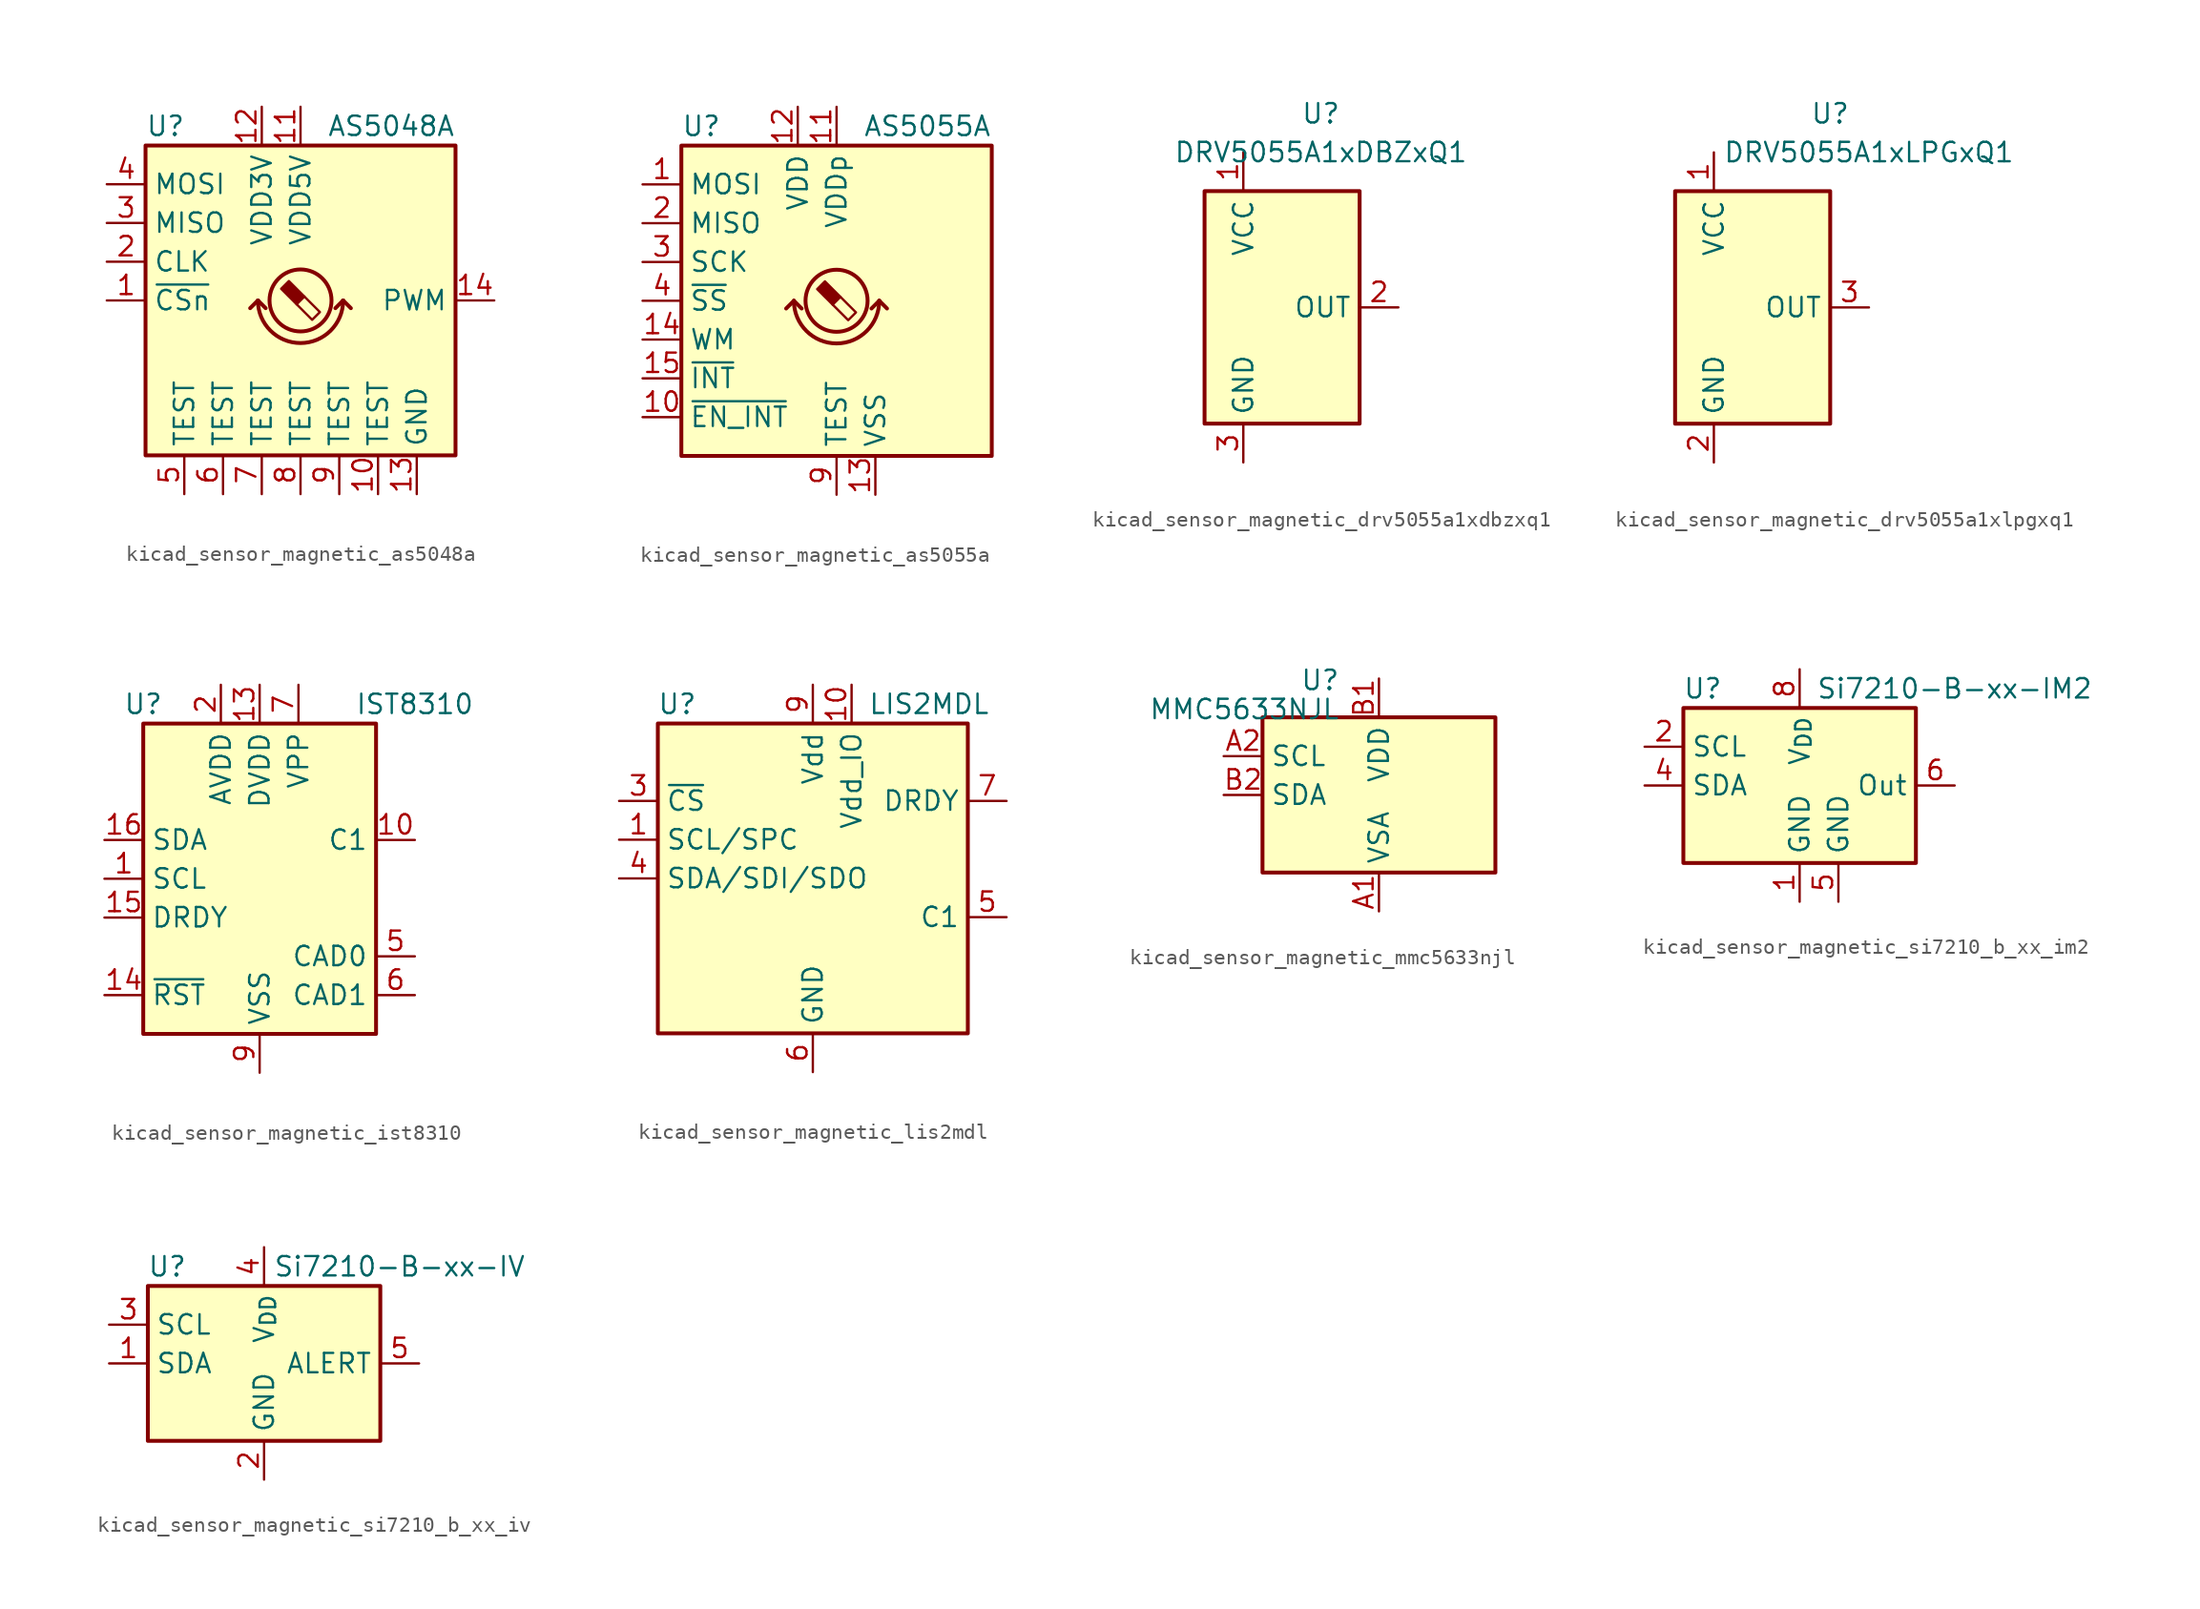
<source format=kicad_sym>
(kicad_symbol_lib
  (version 20220914)
  (generator kicad_symbol_editor)
  (symbol "kicad_sensor_magnetic_as5048a"
    (property "Reference" "U"
      (at -10.16 11.43 0)
      (effects (font (size 1.27 1.27)) (justify left)))
    (property "Value" "AS5048A"
      (at 10.16 11.43 0)
      (effects (font (size 1.27 1.27)) (justify right)))
    (symbol "kicad_sensor_magnetic_as5048a_0_1"
      (rectangle (start -10.16 10.16) (end 10.16 -10.16) (stroke (width 0.254) (type default)) (fill (type background)))
      (arc (start -2.794 0) (mid 0 -2.7819) (end 2.794 0) (stroke (width 0.254) (type default)) (fill (type none)))
      (polyline (pts (xy -2.794 0) (xy -3.302 -0.508)) (stroke (width 0.254) (type default)) (fill (type none)))
      (polyline (pts (xy -2.794 0) (xy -2.286 -0.508)) (stroke (width 0.254) (type default)) (fill (type none)))
      (polyline (pts (xy 2.794 0) (xy 2.286 -0.508)) (stroke (width 0.254) (type default)) (fill (type none)))
      (polyline (pts (xy 2.794 0) (xy 3.302 -0.508)) (stroke (width 0.254) (type default)) (fill (type none))))
    (symbol "kicad_sensor_magnetic_as5048a_1_1"
      (polyline (pts (xy 0.254 0.254) (xy 1.27 -0.762) (xy 0.762 -1.27) (xy -0.254 -0.254)) (stroke (width 0) (type default)) (fill (type none)))
      (polyline (pts (xy -0.762 1.27) (xy 0.254 0.254) (xy -0.254 -0.254) (xy -1.27 0.762) (xy -1.016 1.016) (xy -0.762 1.27) (xy -0.635 1.143)) (stroke (width 0) (type default)) (fill (type outline)))
      (circle (center 0 0) (radius 2.032) (stroke (width 0.254) (type default)) (fill (type none)))
      (pin input line (at -12.7 0 0) (length 2.54) (name "~{CSn}" (effects (font (size 1.27 1.27)))) (number "1" (effects (font (size 1.27 1.27)))))
      (pin passive line (at 5.08 -12.7 90) (length 2.54) (name "TEST" (effects (font (size 1.27 1.27)))) (number "10" (effects (font (size 1.27 1.27)))))
      (pin power_in line (at 0 12.7 270) (length 2.54) (name "VDD5V" (effects (font (size 1.27 1.27)))) (number "11" (effects (font (size 1.27 1.27)))))
      (pin power_in line (at -2.54 12.7 270) (length 2.54) (name "VDD3V" (effects (font (size 1.27 1.27)))) (number "12" (effects (font (size 1.27 1.27)))))
      (pin power_in line (at 7.62 -12.7 90) (length 2.54) (name "GND" (effects (font (size 1.27 1.27)))) (number "13" (effects (font (size 1.27 1.27)))))
      (pin output line (at 12.7 0 180) (length 2.54) (name "PWM" (effects (font (size 1.27 1.27)))) (number "14" (effects (font (size 1.27 1.27)))))
      (pin input line (at -12.7 2.54 0) (length 2.54) (name "CLK" (effects (font (size 1.27 1.27)))) (number "2" (effects (font (size 1.27 1.27)))))
      (pin output line (at -12.7 5.08 0) (length 2.54) (name "MISO" (effects (font (size 1.27 1.27)))) (number "3" (effects (font (size 1.27 1.27)))))
      (pin input line (at -12.7 7.62 0) (length 2.54) (name "MOSI" (effects (font (size 1.27 1.27)))) (number "4" (effects (font (size 1.27 1.27)))))
      (pin passive line (at -7.62 -12.7 90) (length 2.54) (name "TEST" (effects (font (size 1.27 1.27)))) (number "5" (effects (font (size 1.27 1.27)))))
      (pin passive line (at -5.08 -12.7 90) (length 2.54) (name "TEST" (effects (font (size 1.27 1.27)))) (number "6" (effects (font (size 1.27 1.27)))))
      (pin passive line (at -2.54 -12.7 90) (length 2.54) (name "TEST" (effects (font (size 1.27 1.27)))) (number "7" (effects (font (size 1.27 1.27)))))
      (pin passive line (at 0 -12.7 90) (length 2.54) (name "TEST" (effects (font (size 1.27 1.27)))) (number "8" (effects (font (size 1.27 1.27)))))
      (pin passive line (at 2.54 -12.7 90) (length 2.54) (name "TEST" (effects (font (size 1.27 1.27)))) (number "9" (effects (font (size 1.27 1.27)))))))
  (symbol "kicad_sensor_magnetic_as5055a"
    (property "Reference" "U"
      (at -10.16 11.43 0)
      (effects (font (size 1.27 1.27)) (justify left)))
    (property "Value" "AS5055A"
      (at 10.16 11.43 0)
      (effects (font (size 1.27 1.27)) (justify right)))
    (symbol "kicad_sensor_magnetic_as5055a_0_1"
      (rectangle (start -10.16 10.16) (end 10.16 -10.16) (stroke (width 0.254) (type default)) (fill (type background)))
      (arc (start -2.794 0) (mid 0 -2.7819) (end 2.794 0) (stroke (width 0.254) (type default)) (fill (type none)))
      (polyline (pts (xy -2.794 0) (xy -3.302 -0.508)) (stroke (width 0.254) (type default)) (fill (type none)))
      (polyline (pts (xy -2.794 0) (xy -2.286 -0.508)) (stroke (width 0.254) (type default)) (fill (type none)))
      (polyline (pts (xy 2.794 0) (xy 2.286 -0.508)) (stroke (width 0.254) (type default)) (fill (type none)))
      (polyline (pts (xy 2.794 0) (xy 3.302 -0.508)) (stroke (width 0.254) (type default)) (fill (type none))))
    (symbol "kicad_sensor_magnetic_as5055a_1_1"
      (polyline (pts (xy 0.254 0.254) (xy 1.27 -0.762) (xy 0.762 -1.27) (xy -0.254 -0.254)) (stroke (width 0) (type default)) (fill (type none)))
      (polyline (pts (xy -0.762 1.27) (xy 0.254 0.254) (xy -0.254 -0.254) (xy -1.27 0.762) (xy -1.016 1.016) (xy -0.762 1.27) (xy -0.635 1.143)) (stroke (width 0) (type default)) (fill (type outline)))
      (circle (center 0 0) (radius 2.032) (stroke (width 0.254) (type default)) (fill (type none)))
      (pin input line (at -12.7 7.62 0) (length 2.54) (name "MOSI" (effects (font (size 1.27 1.27)))) (number "1" (effects (font (size 1.27 1.27)))))
      (pin input line (at -12.7 -7.62 0) (length 2.54) (name "~{EN_INT}" (effects (font (size 1.27 1.27)))) (number "10" (effects (font (size 1.27 1.27)))))
      (pin power_in line (at 0 12.7 270) (length 2.54) (name "VDDp" (effects (font (size 1.27 1.27)))) (number "11" (effects (font (size 1.27 1.27)))))
      (pin power_in line (at -2.54 12.7 270) (length 2.54) (name "VDD" (effects (font (size 1.27 1.27)))) (number "12" (effects (font (size 1.27 1.27)))))
      (pin power_in line (at 2.54 -12.7 90) (length 2.54) (name "VSS" (effects (font (size 1.27 1.27)))) (number "13" (effects (font (size 1.27 1.27)))))
      (pin input line (at -12.7 -2.54 0) (length 2.54) (name "WM" (effects (font (size 1.27 1.27)))) (number "14" (effects (font (size 1.27 1.27)))))
      (pin output line (at -12.7 -5.08 0) (length 2.54) (name "~{INT}" (effects (font (size 1.27 1.27)))) (number "15" (effects (font (size 1.27 1.27)))))
      (pin no_connect line (at 5.08 -10.16 90) (length 2.54) hide (name "NC" (effects (font (size 1.27 1.27)))) (number "16" (effects (font (size 1.27 1.27)))))
      (pin no_connect line (at 7.62 -10.16 90) (length 2.54) hide (name "NC" (effects (font (size 1.27 1.27)))) (number "17" (effects (font (size 1.27 1.27)))))
      (pin output line (at -12.7 5.08 0) (length 2.54) (name "MISO" (effects (font (size 1.27 1.27)))) (number "2" (effects (font (size 1.27 1.27)))))
      (pin input line (at -12.7 2.54 0) (length 2.54) (name "SCK" (effects (font (size 1.27 1.27)))) (number "3" (effects (font (size 1.27 1.27)))))
      (pin input line (at -12.7 0 0) (length 2.54) (name "~{SS}" (effects (font (size 1.27 1.27)))) (number "4" (effects (font (size 1.27 1.27)))))
      (pin no_connect line (at 10.16 7.62 180) (length 2.54) hide (name "NC" (effects (font (size 1.27 1.27)))) (number "5" (effects (font (size 1.27 1.27)))))
      (pin no_connect line (at 10.16 5.08 180) (length 2.54) hide (name "NC" (effects (font (size 1.27 1.27)))) (number "6" (effects (font (size 1.27 1.27)))))
      (pin no_connect line (at 10.16 2.54 180) (length 2.54) hide (name "NC" (effects (font (size 1.27 1.27)))) (number "7" (effects (font (size 1.27 1.27)))))
      (pin no_connect line (at 10.16 0 180) (length 2.54) hide (name "NC" (effects (font (size 1.27 1.27)))) (number "8" (effects (font (size 1.27 1.27)))))
      (pin passive line (at 0 -12.7 90) (length 2.54) (name "TEST" (effects (font (size 1.27 1.27)))) (number "9" (effects (font (size 1.27 1.27)))))))
  (symbol "kicad_sensor_magnetic_drv5055a1xdbzxq1"
    (property "Reference" "U"
      (at 2.54 12.7 0)
      (effects (font (size 1.27 1.27))))
    (property "Value" "DRV5055A1xDBZxQ1"
      (at 2.54 10.16 0)
      (effects (font (size 1.27 1.27))))
    (symbol "kicad_sensor_magnetic_drv5055a1xdbzxq1_1_1"
      (rectangle (start -5.08 7.62) (end 5.08 -7.62) (stroke (width 0.254) (type default)) (fill (type background)))
      (pin power_in line (at -2.54 10.16 270) (length 2.54) (name "VCC" (effects (font (size 1.27 1.27)))) (number "1" (effects (font (size 1.27 1.27)))))
      (pin output line (at 7.62 0 180) (length 2.54) (name "OUT" (effects (font (size 1.27 1.27)))) (number "2" (effects (font (size 1.27 1.27)))))
      (pin power_in line (at -2.54 -10.16 90) (length 2.54) (name "GND" (effects (font (size 1.27 1.27)))) (number "3" (effects (font (size 1.27 1.27)))))))
  (symbol "kicad_sensor_magnetic_drv5055a1xlpgxq1"
    (property "Reference" "U"
      (at 5.08 12.7 0)
      (effects (font (size 1.27 1.27))))
    (property "Value" "DRV5055A1xLPGxQ1"
      (at 7.62 10.16 0)
      (effects (font (size 1.27 1.27))))
    (symbol "kicad_sensor_magnetic_drv5055a1xlpgxq1_1_1"
      (rectangle (start -5.08 7.62) (end 5.08 -7.62) (stroke (width 0.254) (type default)) (fill (type background)))
      (pin power_in line (at -2.54 10.16 270) (length 2.54) (name "VCC" (effects (font (size 1.27 1.27)))) (number "1" (effects (font (size 1.27 1.27)))))
      (pin power_in line (at -2.54 -10.16 90) (length 2.54) (name "GND" (effects (font (size 1.27 1.27)))) (number "2" (effects (font (size 1.27 1.27)))))
      (pin output line (at 7.62 0 180) (length 2.54) (name "OUT" (effects (font (size 1.27 1.27)))) (number "3" (effects (font (size 1.27 1.27)))))))
  (symbol "kicad_sensor_magnetic_ist8310"
    (property "Reference" "U"
      (at -7.62 11.43 0)
      (effects (font (size 1.27 1.27))))
    (property "Value" "IST8310"
      (at 10.16 11.43 0)
      (effects (font (size 1.27 1.27))))
    (symbol "kicad_sensor_magnetic_ist8310_0_1"
      (rectangle (start -7.62 10.16) (end 7.62 -10.16) (stroke (width 0.254) (type default)) (fill (type background))))
    (symbol "kicad_sensor_magnetic_ist8310_1_1"
      (pin input line (at -10.16 0 0) (length 2.54) (name "SCL" (effects (font (size 1.27 1.27)))) (number "1" (effects (font (size 1.27 1.27)))))
      (pin passive line (at 10.16 2.54 180) (length 2.54) (name "C1" (effects (font (size 1.27 1.27)))) (number "10" (effects (font (size 1.27 1.27)))))
      (pin passive line (at 0 -12.7 90) (length 2.54) hide (name "VSS" (effects (font (size 1.27 1.27)))) (number "11" (effects (font (size 1.27 1.27)))))
      (pin no_connect line (at 7.62 7.62 180) (length 2.54) hide (name "NC" (effects (font (size 1.27 1.27)))) (number "12" (effects (font (size 1.27 1.27)))))
      (pin power_in line (at 0 12.7 270) (length 2.54) (name "DVDD" (effects (font (size 1.27 1.27)))) (number "13" (effects (font (size 1.27 1.27)))))
      (pin input line (at -10.16 -7.62 0) (length 2.54) (name "~{RST}" (effects (font (size 1.27 1.27)))) (number "14" (effects (font (size 1.27 1.27)))))
      (pin output line (at -10.16 -2.54 0) (length 2.54) (name "DRDY" (effects (font (size 1.27 1.27)))) (number "15" (effects (font (size 1.27 1.27)))))
      (pin bidirectional line (at -10.16 2.54 0) (length 2.54) (name "SDA" (effects (font (size 1.27 1.27)))) (number "16" (effects (font (size 1.27 1.27)))))
      (pin power_in line (at -2.54 12.7 270) (length 2.54) (name "AVDD" (effects (font (size 1.27 1.27)))) (number "2" (effects (font (size 1.27 1.27)))))
      (pin no_connect line (at -7.62 7.62 0) (length 2.54) hide (name "NC" (effects (font (size 1.27 1.27)))) (number "3" (effects (font (size 1.27 1.27)))))
      (pin no_connect line (at -7.62 5.08 0) (length 2.54) hide (name "NC" (effects (font (size 1.27 1.27)))) (number "4" (effects (font (size 1.27 1.27)))))
      (pin input line (at 10.16 -5.08 180) (length 2.54) (name "CAD0" (effects (font (size 1.27 1.27)))) (number "5" (effects (font (size 1.27 1.27)))))
      (pin input line (at 10.16 -7.62 180) (length 2.54) (name "CAD1" (effects (font (size 1.27 1.27)))) (number "6" (effects (font (size 1.27 1.27)))))
      (pin passive line (at 2.54 12.7 270) (length 2.54) (name "VPP" (effects (font (size 1.27 1.27)))) (number "7" (effects (font (size 1.27 1.27)))))
      (pin no_connect line (at 7.62 5.08 180) (length 2.54) hide (name "NC" (effects (font (size 1.27 1.27)))) (number "8" (effects (font (size 1.27 1.27)))))
      (pin power_in line (at 0 -12.7 90) (length 2.54) (name "VSS" (effects (font (size 1.27 1.27)))) (number "9" (effects (font (size 1.27 1.27)))))))
  (symbol "kicad_sensor_magnetic_lis2mdl"
    (property "Reference" "U"
      (at -8.89 11.43 0)
      (effects (font (size 1.27 1.27))))
    (property "Value" "LIS2MDL"
      (at 7.62 11.43 0)
      (effects (font (size 1.27 1.27))))
    (symbol "kicad_sensor_magnetic_lis2mdl_0_1"
      (rectangle (start -10.16 10.16) (end 10.16 -10.16) (stroke (width 0.254) (type default)) (fill (type background))))
    (symbol "kicad_sensor_magnetic_lis2mdl_1_1"
      (pin input line (at -12.7 2.54 0) (length 2.54) (name "SCL/SPC" (effects (font (size 1.27 1.27)))) (number "1" (effects (font (size 1.27 1.27)))))
      (pin power_in line (at 2.54 12.7 270) (length 2.54) (name "Vdd_IO" (effects (font (size 1.27 1.27)))) (number "10" (effects (font (size 1.27 1.27)))))
      (pin no_connect line (at -10.16 -7.62 0) (length 2.54) hide (name "NC" (effects (font (size 1.27 1.27)))) (number "11" (effects (font (size 1.27 1.27)))))
      (pin no_connect line (at 10.16 -7.62 180) (length 2.54) hide (name "NC" (effects (font (size 1.27 1.27)))) (number "12" (effects (font (size 1.27 1.27)))))
      (pin no_connect line (at -10.16 -5.08 0) (length 2.54) hide (name "NC" (effects (font (size 1.27 1.27)))) (number "2" (effects (font (size 1.27 1.27)))))
      (pin input line (at -12.7 5.08 0) (length 2.54) (name "~{CS}" (effects (font (size 1.27 1.27)))) (number "3" (effects (font (size 1.27 1.27)))))
      (pin bidirectional line (at -12.7 0 0) (length 2.54) (name "SDA/SDI/SDO" (effects (font (size 1.27 1.27)))) (number "4" (effects (font (size 1.27 1.27)))))
      (pin power_out line (at 12.7 -2.54 180) (length 2.54) (name "C1" (effects (font (size 1.27 1.27)))) (number "5" (effects (font (size 1.27 1.27)))))
      (pin power_in line (at 0 -12.7 90) (length 2.54) (name "GND" (effects (font (size 1.27 1.27)))) (number "6" (effects (font (size 1.27 1.27)))))
      (pin output line (at 12.7 5.08 180) (length 2.54) (name "DRDY" (effects (font (size 1.27 1.27)))) (number "7" (effects (font (size 1.27 1.27)))) (alternate "INT" output line) (alternate "SDO" output line))
      (pin passive line (at 0 -12.7 90) (length 2.54) hide (name "GND" (effects (font (size 1.27 1.27)))) (number "8" (effects (font (size 1.27 1.27)))))
      (pin power_in line (at 0 12.7 270) (length 2.54) (name "Vdd" (effects (font (size 1.27 1.27)))) (number "9" (effects (font (size 1.27 1.27)))))))
  (symbol "kicad_sensor_magnetic_mmc5633njl"
    (property "Reference" "U"
      (at -2.54 8.255 0)
      (effects (font (size 1.27 1.27)) (justify right top)))
    (property "Value" "MMC5633NJL"
      (at -2.54 6.35 0)
      (effects (font (size 1.27 1.27)) (justify right top)))
    (symbol "kicad_sensor_magnetic_mmc5633njl_0_1"
      (rectangle (start -7.62 -5.08) (end 7.62 5.08) (stroke (width 0.254) (type default)) (fill (type background))))
    (symbol "kicad_sensor_magnetic_mmc5633njl_1_1"
      (pin power_in line (at 0 -7.62 90) (length 2.54) (name "VSA" (effects (font (size 1.27 1.27)))) (number "A1" (effects (font (size 1.27 1.27)))))
      (pin input line (at -10.16 2.54 0) (length 2.54) (name "SCL" (effects (font (size 1.27 1.27)))) (number "A2" (effects (font (size 1.27 1.27)))))
      (pin power_in line (at 0 7.62 270) (length 2.54) (name "VDD" (effects (font (size 1.27 1.27)))) (number "B1" (effects (font (size 1.27 1.27)))))
      (pin bidirectional line (at -10.16 0 0) (length 2.54) (name "SDA" (effects (font (size 1.27 1.27)))) (number "B2" (effects (font (size 1.27 1.27)))))))
  (symbol "kicad_sensor_magnetic_si7210_b_xx_im2"
    (property "Reference" "U"
      (at -6.35 6.35 0)
      (effects (font (size 1.27 1.27))))
    (property "Value" "Si7210-B-xx-IM2"
      (at 10.16 6.35 0)
      (effects (font (size 1.27 1.27))))
    (symbol "kicad_sensor_magnetic_si7210_b_xx_im2_0_1"
      (rectangle (start -7.62 5.08) (end 7.62 -5.08) (stroke (width 0.254) (type default)) (fill (type background))))
    (symbol "kicad_sensor_magnetic_si7210_b_xx_im2_1_1"
      (pin power_in line (at 0 -7.62 90) (length 2.54) (name "GND" (effects (font (size 1.27 1.27)))) (number "1" (effects (font (size 1.27 1.27)))))
      (pin input line (at -10.16 2.54 0) (length 2.54) (name "SCL" (effects (font (size 1.27 1.27)))) (number "2" (effects (font (size 1.27 1.27)))))
      (pin bidirectional line (at -10.16 0 0) (length 2.54) (name "SDA" (effects (font (size 1.27 1.27)))) (number "4" (effects (font (size 1.27 1.27)))))
      (pin power_in line (at 2.54 -7.62 90) (length 2.54) (name "GND" (effects (font (size 1.27 1.27)))) (number "5" (effects (font (size 1.27 1.27)))))
      (pin bidirectional line (at 10.16 0 180) (length 2.54) (name "Out" (effects (font (size 1.27 1.27)))) (number "6" (effects (font (size 1.27 1.27)))))
      (pin power_in line (at 0 7.62 270) (length 2.54) (name "V_{DD}" (effects (font (size 1.27 1.27)))) (number "8" (effects (font (size 1.27 1.27)))))))
  (symbol "kicad_sensor_magnetic_si7210_b_xx_iv"
    (property "Reference" "U"
      (at -6.35 6.35 0)
      (effects (font (size 1.27 1.27))))
    (property "Value" "Si7210-B-xx-IV"
      (at 8.89 6.35 0)
      (effects (font (size 1.27 1.27))))
    (symbol "kicad_sensor_magnetic_si7210_b_xx_iv_0_1"
      (rectangle (start -7.62 5.08) (end 7.62 -5.08) (stroke (width 0.254) (type default)) (fill (type background))))
    (symbol "kicad_sensor_magnetic_si7210_b_xx_iv_1_1"
      (pin bidirectional line (at -10.16 0 0) (length 2.54) (name "SDA" (effects (font (size 1.27 1.27)))) (number "1" (effects (font (size 1.27 1.27)))))
      (pin power_in line (at 0 -7.62 90) (length 2.54) (name "GND" (effects (font (size 1.27 1.27)))) (number "2" (effects (font (size 1.27 1.27)))))
      (pin input line (at -10.16 2.54 0) (length 2.54) (name "SCL" (effects (font (size 1.27 1.27)))) (number "3" (effects (font (size 1.27 1.27)))))
      (pin power_in line (at 0 7.62 270) (length 2.54) (name "V_{DD}" (effects (font (size 1.27 1.27)))) (number "4" (effects (font (size 1.27 1.27)))))
      (pin output line (at 10.16 0 180) (length 2.54) (name "ALERT" (effects (font (size 1.27 1.27)))) (number "5" (effects (font (size 1.27 1.27))))))))
</source>
